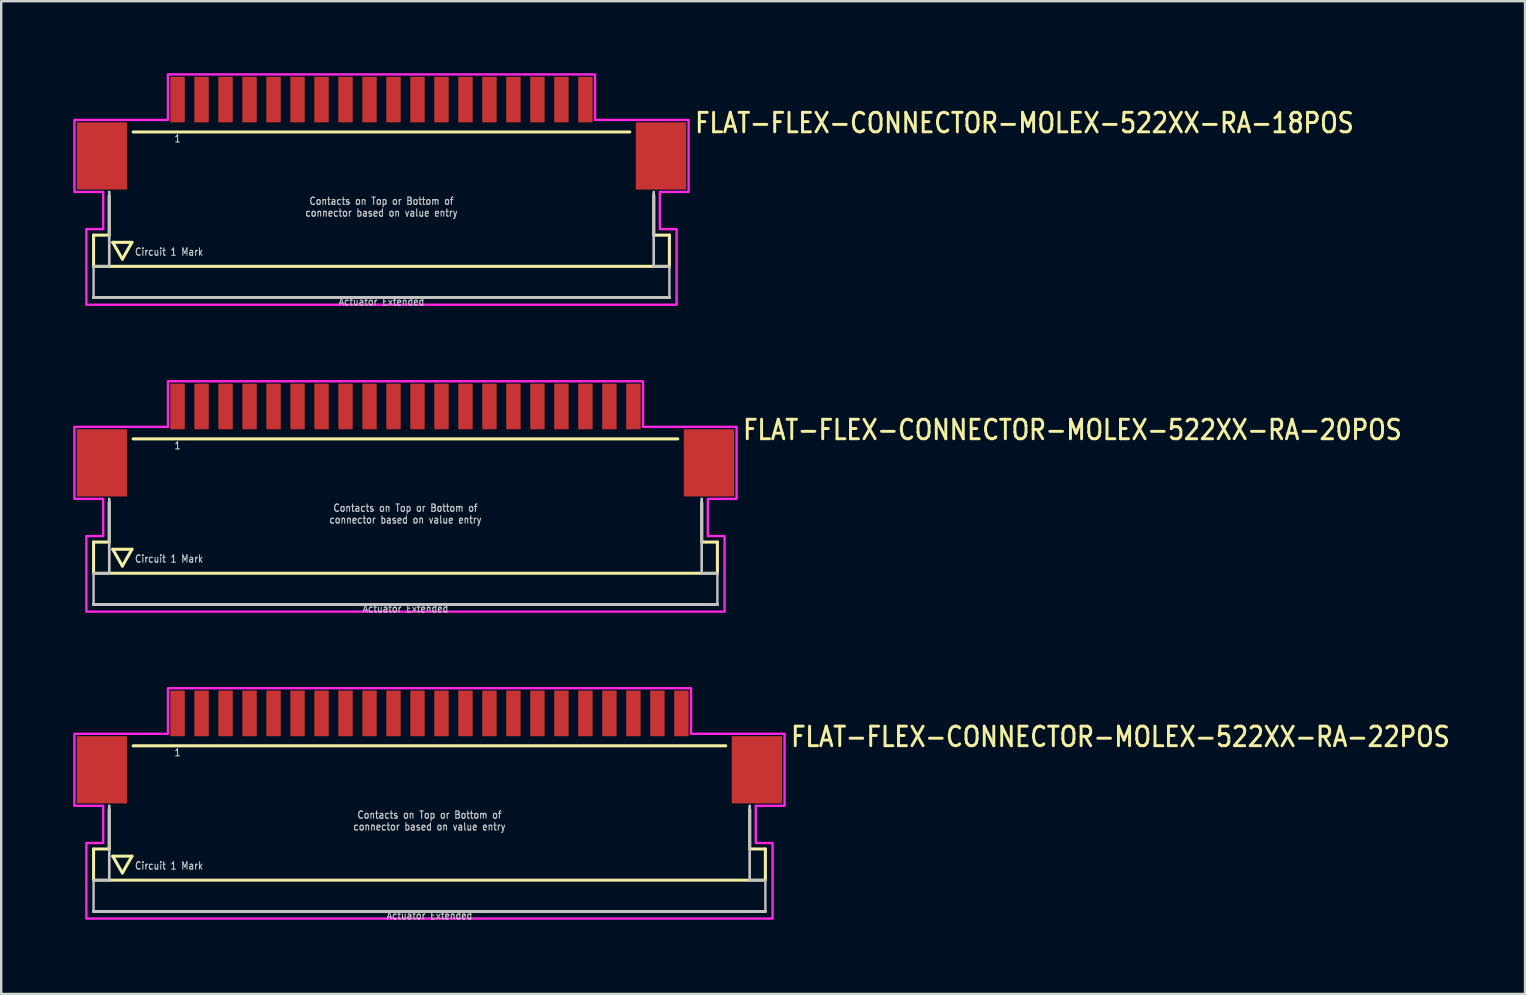
<source format=kicad_pcb>
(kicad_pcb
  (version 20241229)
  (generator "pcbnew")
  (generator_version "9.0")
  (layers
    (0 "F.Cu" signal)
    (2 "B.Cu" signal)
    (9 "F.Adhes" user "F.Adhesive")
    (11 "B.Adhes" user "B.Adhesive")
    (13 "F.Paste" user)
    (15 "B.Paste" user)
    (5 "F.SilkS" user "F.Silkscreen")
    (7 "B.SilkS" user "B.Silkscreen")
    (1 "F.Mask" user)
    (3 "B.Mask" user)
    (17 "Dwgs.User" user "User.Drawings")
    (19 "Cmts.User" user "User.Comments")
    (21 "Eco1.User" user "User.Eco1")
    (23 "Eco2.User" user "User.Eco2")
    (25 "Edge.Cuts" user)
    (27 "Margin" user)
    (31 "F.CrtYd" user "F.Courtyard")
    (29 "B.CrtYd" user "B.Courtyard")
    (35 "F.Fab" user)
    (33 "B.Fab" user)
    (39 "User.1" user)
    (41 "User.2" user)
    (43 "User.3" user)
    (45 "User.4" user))
  (footprint "FLAT-FLEX-CONNECTOR-MOLEX-522XX-RA-20POS"
    (layer "F.Cu")
    (at 13.85 14.842)
    (property "Reference" "FLAT-FLEX-CONNECTOR-MOLEX-522XX-RA-20POS" (at 14 0.5 0) (unlocked yes) (layer "F.SilkS") (effects (font (size 0.813 0.695) (thickness 0.122)) (justify left bottom)))
    (fp_line (start -13 4.7) (end -13 6) (stroke (width 0.127) (type solid)) (layer "F.SilkS"))
    (fp_line (start -13 6) (end 13 6) (stroke (width 0.127) (type solid)) (layer "F.SilkS"))
    (fp_line (start -12.35 3.05) (end -12.35 4.7) (stroke (width 0.127) (type solid)) (layer "F.SilkS"))
    (fp_line (start -12.35 4.7) (end -13 4.7) (stroke (width 0.127) (type solid)) (layer "F.SilkS"))
    (fp_line (start -12.2 5) (end -11.4 5) (stroke (width 0.127) (type solid)) (layer "F.SilkS"))
    (fp_line (start -11.8 5.7) (end -12.2 5) (stroke (width 0.127) (type solid)) (layer "F.SilkS"))
    (fp_line (start -11.4 5) (end -11.8 5.7) (stroke (width 0.127) (type solid)) (layer "F.SilkS"))
    (fp_line (start -11.35 0.4) (end 11.35 0.4) (stroke (width 0.127) (type solid)) (layer "F.SilkS"))
    (fp_line (start 12.35 3.05) (end 12.35 4.7) (stroke (width 0.127) (type solid)) (layer "F.SilkS"))
    (fp_line (start 13 4.7) (end 12.35 4.7) (stroke (width 0.127) (type solid)) (layer "F.SilkS"))
    (fp_line (start 13 6) (end 13 4.7) (stroke (width 0.127) (type solid)) (layer "F.SilkS"))
    (fp_line (start -13 6) (end -13 7.3) (stroke (width 0.1) (type solid)) (layer "Dwgs.User"))
    (fp_line (start -13 7.3) (end 13 7.3) (stroke (width 0.1) (type solid)) (layer "Dwgs.User"))
    (fp_line (start -13 7.3) (end 13 7.3) (stroke (width 0.1) (type solid)) (layer "Dwgs.User"))
    (fp_line (start -13 7.3) (end 13 7.3) (stroke (width 0.1) (type solid)) (layer "Dwgs.User"))
    (fp_line (start -13 7.3) (end 13 7.3) (stroke (width 0.1) (type solid)) (layer "Dwgs.User"))
    (fp_line (start -13 7.3) (end 13 7.3) (stroke (width 0.1) (type solid)) (layer "Dwgs.User"))
    (fp_line (start -13 7.3) (end 13 7.3) (stroke (width 0.1) (type solid)) (layer "Dwgs.User"))
    (fp_line (start -13 7.3) (end 13 7.3) (stroke (width 0.1) (type solid)) (layer "Dwgs.User"))
    (fp_line (start -13 7.3) (end 13 7.3) (stroke (width 0.1) (type solid)) (layer "Dwgs.User"))
    (fp_line (start -13 7.3) (end 13 7.3) (stroke (width 0.1) (type solid)) (layer "Dwgs.User"))
    (fp_line (start -13 7.3) (end 13 7.3) (stroke (width 0.1) (type solid)) (layer "Dwgs.User"))
    (fp_line (start -13 7.3) (end 13 7.3) (stroke (width 0.1) (type solid)) (layer "Dwgs.User"))
    (fp_line (start -13 7.3) (end 13 7.3) (stroke (width 0.1) (type solid)) (layer "Dwgs.User"))
    (fp_line (start -13 7.3) (end 13 7.3) (stroke (width 0.1) (type solid)) (layer "Dwgs.User"))
    (fp_line (start -12.35 2.9) (end -12.35 6) (stroke (width 0.1) (type solid)) (layer "Dwgs.User"))
    (fp_line (start -12.35 2.9) (end -12.35 6) (stroke (width 0.1) (type solid)) (layer "Dwgs.User"))
    (fp_line (start -12.35 6) (end -13 6) (stroke (width 0.1) (type solid)) (layer "Dwgs.User"))
    (fp_line (start 12.35 2.9) (end 12.35 6) (stroke (width 0.1) (type solid)) (layer "Dwgs.User"))
    (fp_line (start 12.35 2.9) (end 12.35 6) (stroke (width 0.1) (type solid)) (layer "Dwgs.User"))
    (fp_line (start 13 6) (end 12.35 6) (stroke (width 0.1) (type solid)) (layer "Dwgs.User"))
    (fp_line (start 13 7.3) (end 13 6) (stroke (width 0.1) (type solid)) (layer "Dwgs.User"))
    (fp_poly (pts (xy -13.8 2.9) (xy -13.8 -0.1) (xy -9.9 -0.1) (xy -9.9 -2) (xy 9.9 -2) (xy 9.9 -0.1) (xy 13.8 -0.1) (xy 13.8 2.9) (xy 12.6 2.9) (xy 12.6 4.45) (xy 13.3 4.45) (xy 13.3 7.6) (xy -13.3 7.6) (xy -13.3 4.45) (xy -12.6 4.45) (xy -12.6 2.9)) (stroke (width 0.1) (type solid)) (fill no) (layer "F.CrtYd"))
    (fp_text user "Actuator Extended" (at 0 7.3 0) (unlocked yes) (layer "Dwgs.User") (effects (font (size 0.305 0.261) (thickness 0.046)) (justify top)))
    (fp_text user "1" (at -9.5 0.5 0) (unlocked yes) (layer "Dwgs.User") (effects (font (size 0.305 0.261) (thickness 0.046)) (justify top)))
    (fp_text user "Contacts on Top or Bottom of\nconnector based on value entry" (at 0 3.95 0) (unlocked yes) (layer "Dwgs.User") (effects (font (size 0.305 0.261) (thickness 0.046)) (justify bottom)))
    (fp_text user "Circuit 1 Mark" (at -11.3 5.4 0) (unlocked yes) (layer "Dwgs.User") (effects (font (size 0.305 0.261) (thickness 0.046)) (justify left)))
    (pad "1" smd rect (at -9.5 -0.95) (size 0.6 1.9) (layers "F.Cu" "F.Mask" "F.Paste"))
    (pad "2" smd rect (at -8.5 -0.95) (size 0.6 1.9) (layers "F.Cu" "F.Mask" "F.Paste"))
    (pad "3" smd rect (at -7.5 -0.95) (size 0.6 1.9) (layers "F.Cu" "F.Mask" "F.Paste"))
    (pad "4" smd rect (at -6.5 -0.95) (size 0.6 1.9) (layers "F.Cu" "F.Mask" "F.Paste"))
    (pad "5" smd rect (at -5.5 -0.95) (size 0.6 1.9) (layers "F.Cu" "F.Mask" "F.Paste"))
    (pad "6" smd rect (at -4.5 -0.95) (size 0.6 1.9) (layers "F.Cu" "F.Mask" "F.Paste"))
    (pad "7" smd rect (at -3.5 -0.95) (size 0.6 1.9) (layers "F.Cu" "F.Mask" "F.Paste"))
    (pad "8" smd rect (at -2.5 -0.95) (size 0.6 1.9) (layers "F.Cu" "F.Mask" "F.Paste"))
    (pad "9" smd rect (at -1.5 -0.95) (size 0.6 1.9) (layers "F.Cu" "F.Mask" "F.Paste"))
    (pad "10" smd rect (at -0.5 -0.95) (size 0.6 1.9) (layers "F.Cu" "F.Mask" "F.Paste"))
    (pad "11" smd rect (at 0.5 -0.95) (size 0.6 1.9) (layers "F.Cu" "F.Mask" "F.Paste"))
    (pad "12" smd rect (at 1.5 -0.95) (size 0.6 1.9) (layers "F.Cu" "F.Mask" "F.Paste"))
    (pad "13" smd rect (at 2.5 -0.95) (size 0.6 1.9) (layers "F.Cu" "F.Mask" "F.Paste"))
    (pad "14" smd rect (at 3.5 -0.95) (size 0.6 1.9) (layers "F.Cu" "F.Mask" "F.Paste"))
    (pad "15" smd rect (at 4.5 -0.95) (size 0.6 1.9) (layers "F.Cu" "F.Mask" "F.Paste"))
    (pad "16" smd rect (at 5.5 -0.95) (size 0.6 1.9) (layers "F.Cu" "F.Mask" "F.Paste"))
    (pad "17" smd rect (at 6.5 -0.95) (size 0.6 1.9) (layers "F.Cu" "F.Mask" "F.Paste"))
    (pad "18" smd rect (at 7.5 -0.95) (size 0.6 1.9) (layers "F.Cu" "F.Mask" "F.Paste"))
    (pad "19" smd rect (at 8.5 -0.95) (size 0.6 1.9) (layers "F.Cu" "F.Mask" "F.Paste"))
    (pad "20" smd rect (at 9.5 -0.95) (size 0.6 1.9) (layers "F.Cu" "F.Mask" "F.Paste"))
    (pad "M1" smd rect (at -12.65 1.4) (size 2.1 2.8) (layers "F.Cu" "F.Mask" "F.Paste"))
    (pad "M2" smd rect (at 12.65 1.4) (size 2.1 2.8) (layers "F.Cu" "F.Mask" "F.Paste")))
  (footprint "FLAT-FLEX-CONNECTOR-MOLEX-522XX-RA-22POS"
    (layer "F.Cu")
    (at 14.85 27.634)
    (property "Reference" "FLAT-FLEX-CONNECTOR-MOLEX-522XX-RA-22POS" (at 15 0.5 0) (unlocked yes) (layer "F.SilkS") (effects (font (size 0.813 0.695) (thickness 0.122)) (justify left bottom)))
    (fp_line (start -14 4.7) (end -14 6) (stroke (width 0.127) (type solid)) (layer "F.SilkS"))
    (fp_line (start -14 6) (end 14 6) (stroke (width 0.127) (type solid)) (layer "F.SilkS"))
    (fp_line (start -13.35 3.05) (end -13.35 4.7) (stroke (width 0.127) (type solid)) (layer "F.SilkS"))
    (fp_line (start -13.35 4.7) (end -14 4.7) (stroke (width 0.127) (type solid)) (layer "F.SilkS"))
    (fp_line (start -13.2 5) (end -12.4 5) (stroke (width 0.127) (type solid)) (layer "F.SilkS"))
    (fp_line (start -12.8 5.7) (end -13.2 5) (stroke (width 0.127) (type solid)) (layer "F.SilkS"))
    (fp_line (start -12.4 5) (end -12.8 5.7) (stroke (width 0.127) (type solid)) (layer "F.SilkS"))
    (fp_line (start -12.35 0.4) (end 12.35 0.4) (stroke (width 0.127) (type solid)) (layer "F.SilkS"))
    (fp_line (start 13.35 3.05) (end 13.35 4.7) (stroke (width 0.127) (type solid)) (layer "F.SilkS"))
    (fp_line (start 14 4.7) (end 13.35 4.7) (stroke (width 0.127) (type solid)) (layer "F.SilkS"))
    (fp_line (start 14 6) (end 14 4.7) (stroke (width 0.127) (type solid)) (layer "F.SilkS"))
    (fp_line (start -14 6) (end -14 7.3) (stroke (width 0.1) (type solid)) (layer "Dwgs.User"))
    (fp_line (start -14 7.3) (end 14 7.3) (stroke (width 0.1) (type solid)) (layer "Dwgs.User"))
    (fp_line (start -14 7.3) (end 14 7.3) (stroke (width 0.1) (type solid)) (layer "Dwgs.User"))
    (fp_line (start -14 7.3) (end 14 7.3) (stroke (width 0.1) (type solid)) (layer "Dwgs.User"))
    (fp_line (start -14 7.3) (end 14 7.3) (stroke (width 0.1) (type solid)) (layer "Dwgs.User"))
    (fp_line (start -14 7.3) (end 14 7.3) (stroke (width 0.1) (type solid)) (layer "Dwgs.User"))
    (fp_line (start -14 7.3) (end 14 7.3) (stroke (width 0.1) (type solid)) (layer "Dwgs.User"))
    (fp_line (start -14 7.3) (end 14 7.3) (stroke (width 0.1) (type solid)) (layer "Dwgs.User"))
    (fp_line (start -14 7.3) (end 14 7.3) (stroke (width 0.1) (type solid)) (layer "Dwgs.User"))
    (fp_line (start -14 7.3) (end 14 7.3) (stroke (width 0.1) (type solid)) (layer "Dwgs.User"))
    (fp_line (start -14 7.3) (end 14 7.3) (stroke (width 0.1) (type solid)) (layer "Dwgs.User"))
    (fp_line (start -14 7.3) (end 14 7.3) (stroke (width 0.1) (type solid)) (layer "Dwgs.User"))
    (fp_line (start -14 7.3) (end 14 7.3) (stroke (width 0.1) (type solid)) (layer "Dwgs.User"))
    (fp_line (start -14 7.3) (end 14 7.3) (stroke (width 0.1) (type solid)) (layer "Dwgs.User"))
    (fp_line (start -14 7.3) (end 14 7.3) (stroke (width 0.1) (type solid)) (layer "Dwgs.User"))
    (fp_line (start -13.35 2.9) (end -13.35 6) (stroke (width 0.1) (type solid)) (layer "Dwgs.User"))
    (fp_line (start -13.35 2.9) (end -13.35 6) (stroke (width 0.1) (type solid)) (layer "Dwgs.User"))
    (fp_line (start -13.35 6) (end -14 6) (stroke (width 0.1) (type solid)) (layer "Dwgs.User"))
    (fp_line (start 13.35 2.9) (end 13.35 6) (stroke (width 0.1) (type solid)) (layer "Dwgs.User"))
    (fp_line (start 13.35 2.9) (end 13.35 6) (stroke (width 0.1) (type solid)) (layer "Dwgs.User"))
    (fp_line (start 14 6) (end 13.35 6) (stroke (width 0.1) (type solid)) (layer "Dwgs.User"))
    (fp_line (start 14 7.3) (end 14 6) (stroke (width 0.1) (type solid)) (layer "Dwgs.User"))
    (fp_poly (pts (xy -14.8 2.9) (xy -14.8 -0.1) (xy -10.9 -0.1) (xy -10.9 -2) (xy 10.9 -2) (xy 10.9 -0.1) (xy 14.8 -0.1) (xy 14.8 2.9) (xy 13.6 2.9) (xy 13.6 4.45) (xy 14.3 4.45) (xy 14.3 7.6) (xy -14.3 7.6) (xy -14.3 4.45) (xy -13.6 4.45) (xy -13.6 2.9)) (stroke (width 0.1) (type solid)) (fill no) (layer "F.CrtYd"))
    (fp_text user "Contacts on Top or Bottom of\nconnector based on value entry" (at 0 3.95 0) (unlocked yes) (layer "Dwgs.User") (effects (font (size 0.305 0.261) (thickness 0.046)) (justify bottom)))
    (fp_text user "1" (at -10.5 0.5 0) (unlocked yes) (layer "Dwgs.User") (effects (font (size 0.305 0.261) (thickness 0.046)) (justify top)))
    (fp_text user "Actuator Extended" (at 0 7.3 0) (unlocked yes) (layer "Dwgs.User") (effects (font (size 0.305 0.261) (thickness 0.046)) (justify top)))
    (fp_text user "Circuit 1 Mark" (at -12.3 5.4 0) (unlocked yes) (layer "Dwgs.User") (effects (font (size 0.305 0.261) (thickness 0.046)) (justify left)))
    (pad "1" smd rect (at -10.5 -0.95) (size 0.6 1.9) (layers "F.Cu" "F.Mask" "F.Paste"))
    (pad "2" smd rect (at -9.5 -0.95) (size 0.6 1.9) (layers "F.Cu" "F.Mask" "F.Paste"))
    (pad "3" smd rect (at -8.5 -0.95) (size 0.6 1.9) (layers "F.Cu" "F.Mask" "F.Paste"))
    (pad "4" smd rect (at -7.5 -0.95) (size 0.6 1.9) (layers "F.Cu" "F.Mask" "F.Paste"))
    (pad "5" smd rect (at -6.5 -0.95) (size 0.6 1.9) (layers "F.Cu" "F.Mask" "F.Paste"))
    (pad "6" smd rect (at -5.5 -0.95) (size 0.6 1.9) (layers "F.Cu" "F.Mask" "F.Paste"))
    (pad "7" smd rect (at -4.5 -0.95) (size 0.6 1.9) (layers "F.Cu" "F.Mask" "F.Paste"))
    (pad "8" smd rect (at -3.5 -0.95) (size 0.6 1.9) (layers "F.Cu" "F.Mask" "F.Paste"))
    (pad "9" smd rect (at -2.5 -0.95) (size 0.6 1.9) (layers "F.Cu" "F.Mask" "F.Paste"))
    (pad "10" smd rect (at -1.5 -0.95) (size 0.6 1.9) (layers "F.Cu" "F.Mask" "F.Paste"))
    (pad "11" smd rect (at -0.5 -0.95) (size 0.6 1.9) (layers "F.Cu" "F.Mask" "F.Paste"))
    (pad "12" smd rect (at 0.5 -0.95) (size 0.6 1.9) (layers "F.Cu" "F.Mask" "F.Paste"))
    (pad "13" smd rect (at 1.5 -0.95) (size 0.6 1.9) (layers "F.Cu" "F.Mask" "F.Paste"))
    (pad "14" smd rect (at 2.5 -0.95) (size 0.6 1.9) (layers "F.Cu" "F.Mask" "F.Paste"))
    (pad "15" smd rect (at 3.5 -0.95) (size 0.6 1.9) (layers "F.Cu" "F.Mask" "F.Paste"))
    (pad "16" smd rect (at 4.5 -0.95) (size 0.6 1.9) (layers "F.Cu" "F.Mask" "F.Paste"))
    (pad "17" smd rect (at 5.5 -0.95) (size 0.6 1.9) (layers "F.Cu" "F.Mask" "F.Paste"))
    (pad "18" smd rect (at 6.5 -0.95) (size 0.6 1.9) (layers "F.Cu" "F.Mask" "F.Paste"))
    (pad "19" smd rect (at 7.5 -0.95) (size 0.6 1.9) (layers "F.Cu" "F.Mask" "F.Paste"))
    (pad "20" smd rect (at 8.5 -0.95) (size 0.6 1.9) (layers "F.Cu" "F.Mask" "F.Paste"))
    (pad "21" smd rect (at 9.5 -0.95) (size 0.6 1.9) (layers "F.Cu" "F.Mask" "F.Paste"))
    (pad "22" smd rect (at 10.5 -0.95) (size 0.6 1.9) (layers "F.Cu" "F.Mask" "F.Paste"))
    (pad "M1" smd rect (at -13.65 1.4) (size 2.1 2.8) (layers "F.Cu" "F.Mask" "F.Paste"))
    (pad "M2" smd rect (at 13.65 1.4) (size 2.1 2.8) (layers "F.Cu" "F.Mask" "F.Paste")))
  (footprint "FLAT-FLEX-CONNECTOR-MOLEX-522XX-RA-18POS"
    (layer "F.Cu")
    (at 12.85 2.05)
    (property "Reference" "FLAT-FLEX-CONNECTOR-MOLEX-522XX-RA-18POS" (at 13 0.5 0) (unlocked yes) (layer "F.SilkS") (effects (font (size 0.813 0.695) (thickness 0.122)) (justify left bottom)))
    (fp_line (start -12 4.7) (end -12 6) (stroke (width 0.127) (type solid)) (layer "F.SilkS"))
    (fp_line (start -12 6) (end 12 6) (stroke (width 0.127) (type solid)) (layer "F.SilkS"))
    (fp_line (start -11.35 3.05) (end -11.35 4.7) (stroke (width 0.127) (type solid)) (layer "F.SilkS"))
    (fp_line (start -11.35 4.7) (end -12 4.7) (stroke (width 0.127) (type solid)) (layer "F.SilkS"))
    (fp_line (start -11.2 5) (end -10.4 5) (stroke (width 0.127) (type solid)) (layer "F.SilkS"))
    (fp_line (start -10.8 5.7) (end -11.2 5) (stroke (width 0.127) (type solid)) (layer "F.SilkS"))
    (fp_line (start -10.4 5) (end -10.8 5.7) (stroke (width 0.127) (type solid)) (layer "F.SilkS"))
    (fp_line (start -10.35 0.4) (end 10.35 0.4) (stroke (width 0.127) (type solid)) (layer "F.SilkS"))
    (fp_line (start 11.35 3.05) (end 11.35 4.7) (stroke (width 0.127) (type solid)) (layer "F.SilkS"))
    (fp_line (start 12 4.7) (end 11.35 4.7) (stroke (width 0.127) (type solid)) (layer "F.SilkS"))
    (fp_line (start 12 6) (end 12 4.7) (stroke (width 0.127) (type solid)) (layer "F.SilkS"))
    (fp_line (start -12 6) (end -12 7.3) (stroke (width 0.1) (type solid)) (layer "Dwgs.User"))
    (fp_line (start -12 7.3) (end 12 7.3) (stroke (width 0.1) (type solid)) (layer "Dwgs.User"))
    (fp_line (start -12 7.3) (end 12 7.3) (stroke (width 0.1) (type solid)) (layer "Dwgs.User"))
    (fp_line (start -12 7.3) (end 12 7.3) (stroke (width 0.1) (type solid)) (layer "Dwgs.User"))
    (fp_line (start -12 7.3) (end 12 7.3) (stroke (width 0.1) (type solid)) (layer "Dwgs.User"))
    (fp_line (start -12 7.3) (end 12 7.3) (stroke (width 0.1) (type solid)) (layer "Dwgs.User"))
    (fp_line (start -12 7.3) (end 12 7.3) (stroke (width 0.1) (type solid)) (layer "Dwgs.User"))
    (fp_line (start -12 7.3) (end 12 7.3) (stroke (width 0.1) (type solid)) (layer "Dwgs.User"))
    (fp_line (start -12 7.3) (end 12 7.3) (stroke (width 0.1) (type solid)) (layer "Dwgs.User"))
    (fp_line (start -12 7.3) (end 12 7.3) (stroke (width 0.1) (type solid)) (layer "Dwgs.User"))
    (fp_line (start -12 7.3) (end 12 7.3) (stroke (width 0.1) (type solid)) (layer "Dwgs.User"))
    (fp_line (start -12 7.3) (end 12 7.3) (stroke (width 0.1) (type solid)) (layer "Dwgs.User"))
    (fp_line (start -12 7.3) (end 12 7.3) (stroke (width 0.1) (type solid)) (layer "Dwgs.User"))
    (fp_line (start -11.35 2.9) (end -11.35 6) (stroke (width 0.1) (type solid)) (layer "Dwgs.User"))
    (fp_line (start -11.35 2.9) (end -11.35 6) (stroke (width 0.1) (type solid)) (layer "Dwgs.User"))
    (fp_line (start -11.35 6) (end -12 6) (stroke (width 0.1) (type solid)) (layer "Dwgs.User"))
    (fp_line (start 11.35 2.9) (end 11.35 6) (stroke (width 0.1) (type solid)) (layer "Dwgs.User"))
    (fp_line (start 11.35 2.9) (end 11.35 6) (stroke (width 0.1) (type solid)) (layer "Dwgs.User"))
    (fp_line (start 12 6) (end 11.35 6) (stroke (width 0.1) (type solid)) (layer "Dwgs.User"))
    (fp_line (start 12 7.3) (end 12 6) (stroke (width 0.1) (type solid)) (layer "Dwgs.User"))
    (fp_poly (pts (xy -12.8 2.9) (xy -12.8 -0.1) (xy -8.9 -0.1) (xy -8.9 -2) (xy 8.9 -2) (xy 8.9 -0.1) (xy 12.8 -0.1) (xy 12.8 2.9) (xy 11.6 2.9) (xy 11.6 4.45) (xy 12.3 4.45) (xy 12.3 7.6) (xy -12.3 7.6) (xy -12.3 4.45) (xy -11.6 4.45) (xy -11.6 2.9)) (stroke (width 0.1) (type solid)) (fill no) (layer "F.CrtYd"))
    (fp_text user "Actuator Extended" (at 0 7.3 0) (unlocked yes) (layer "Dwgs.User") (effects (font (size 0.305 0.261) (thickness 0.046)) (justify top)))
    (fp_text user "1" (at -8.5 0.5 0) (unlocked yes) (layer "Dwgs.User") (effects (font (size 0.305 0.261) (thickness 0.046)) (justify top)))
    (fp_text user "Contacts on Top or Bottom of\nconnector based on value entry" (at 0 3.95 0) (unlocked yes) (layer "Dwgs.User") (effects (font (size 0.305 0.261) (thickness 0.046)) (justify bottom)))
    (fp_text user "Circuit 1 Mark" (at -10.3 5.4 0) (unlocked yes) (layer "Dwgs.User") (effects (font (size 0.305 0.261) (thickness 0.046)) (justify left)))
    (pad "1" smd rect (at -8.5 -0.95) (size 0.6 1.9) (layers "F.Cu" "F.Mask" "F.Paste"))
    (pad "2" smd rect (at -7.5 -0.95) (size 0.6 1.9) (layers "F.Cu" "F.Mask" "F.Paste"))
    (pad "3" smd rect (at -6.5 -0.95) (size 0.6 1.9) (layers "F.Cu" "F.Mask" "F.Paste"))
    (pad "4" smd rect (at -5.5 -0.95) (size 0.6 1.9) (layers "F.Cu" "F.Mask" "F.Paste"))
    (pad "5" smd rect (at -4.5 -0.95) (size 0.6 1.9) (layers "F.Cu" "F.Mask" "F.Paste"))
    (pad "6" smd rect (at -3.5 -0.95) (size 0.6 1.9) (layers "F.Cu" "F.Mask" "F.Paste"))
    (pad "7" smd rect (at -2.5 -0.95) (size 0.6 1.9) (layers "F.Cu" "F.Mask" "F.Paste"))
    (pad "8" smd rect (at -1.5 -0.95) (size 0.6 1.9) (layers "F.Cu" "F.Mask" "F.Paste"))
    (pad "9" smd rect (at -0.5 -0.95) (size 0.6 1.9) (layers "F.Cu" "F.Mask" "F.Paste"))
    (pad "10" smd rect (at 0.5 -0.95) (size 0.6 1.9) (layers "F.Cu" "F.Mask" "F.Paste"))
    (pad "11" smd rect (at 1.5 -0.95) (size 0.6 1.9) (layers "F.Cu" "F.Mask" "F.Paste"))
    (pad "12" smd rect (at 2.5 -0.95) (size 0.6 1.9) (layers "F.Cu" "F.Mask" "F.Paste"))
    (pad "13" smd rect (at 3.5 -0.95) (size 0.6 1.9) (layers "F.Cu" "F.Mask" "F.Paste"))
    (pad "14" smd rect (at 4.5 -0.95) (size 0.6 1.9) (layers "F.Cu" "F.Mask" "F.Paste"))
    (pad "15" smd rect (at 5.5 -0.95) (size 0.6 1.9) (layers "F.Cu" "F.Mask" "F.Paste"))
    (pad "16" smd rect (at 6.5 -0.95) (size 0.6 1.9) (layers "F.Cu" "F.Mask" "F.Paste"))
    (pad "17" smd rect (at 7.5 -0.95) (size 0.6 1.9) (layers "F.Cu" "F.Mask" "F.Paste"))
    (pad "18" smd rect (at 8.5 -0.95) (size 0.6 1.9) (layers "F.Cu" "F.Mask" "F.Paste"))
    (pad "M1" smd rect (at -11.65 1.4) (size 2.1 2.8) (layers "F.Cu" "F.Mask" "F.Paste"))
    (pad "M2" smd rect (at 11.65 1.4) (size 2.1 2.8) (layers "F.Cu" "F.Mask" "F.Paste")))
  (gr_rect
    (start -3 -3)
    (end 60.511 38.376)
    (stroke (width 0.1) (type default))
    (fill no)
    (layer "Edge.Cuts")))
</source>
